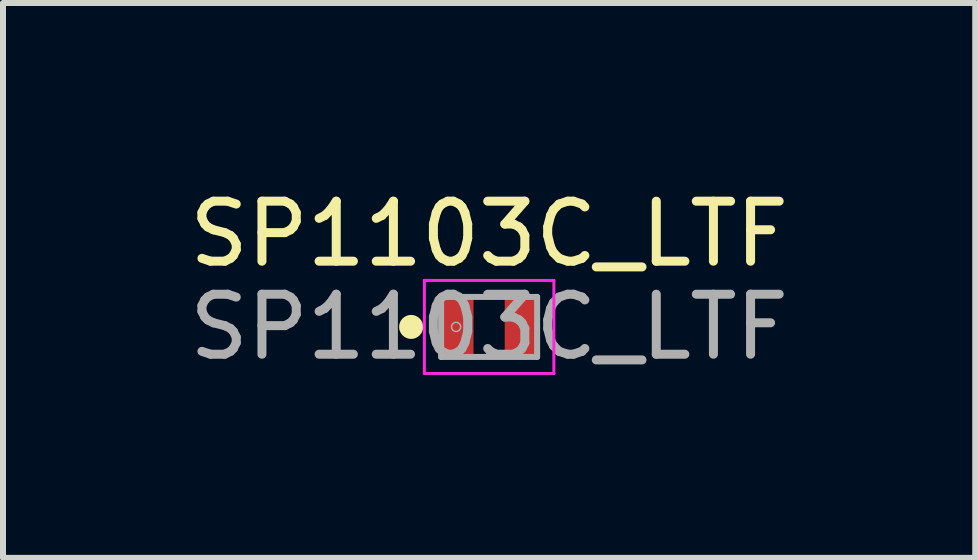
<source format=kicad_pcb>
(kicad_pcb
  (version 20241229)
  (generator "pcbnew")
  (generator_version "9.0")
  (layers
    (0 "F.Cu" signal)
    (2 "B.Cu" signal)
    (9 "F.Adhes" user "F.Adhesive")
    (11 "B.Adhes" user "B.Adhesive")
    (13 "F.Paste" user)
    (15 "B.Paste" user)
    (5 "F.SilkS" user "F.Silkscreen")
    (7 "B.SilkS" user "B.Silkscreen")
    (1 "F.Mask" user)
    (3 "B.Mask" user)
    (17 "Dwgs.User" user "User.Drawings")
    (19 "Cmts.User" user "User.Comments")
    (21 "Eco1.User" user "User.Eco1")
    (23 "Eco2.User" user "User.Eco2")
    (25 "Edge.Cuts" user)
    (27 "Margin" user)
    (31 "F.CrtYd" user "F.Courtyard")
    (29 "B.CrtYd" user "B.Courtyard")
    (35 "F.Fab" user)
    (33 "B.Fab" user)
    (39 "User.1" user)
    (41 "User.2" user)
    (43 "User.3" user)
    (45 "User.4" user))
  (footprint "SP1103C_LTF"
    (layer "F.Cu")
    (at 5.101 2.398)
    (property "Reference" "SP1103C_LTF" (at 0 -1.55 0) (unlocked yes) (layer "F.SilkS") (effects (font (size 1 1) (thickness 0.15))))
    (attr smd)
    (fp_circle (center -1.3 0) (end -1.3 -0.1) (stroke (width 0.2) (type solid)) (fill no) (layer "F.SilkS"))
    (fp_line (start -1.079 -0.775) (end 1.079 -0.775) (stroke (width 0.05) (type solid)) (layer "F.CrtYd"))
    (fp_line (start -1.079 0.775) (end -1.079 -0.775) (stroke (width 0.05) (type solid)) (layer "F.CrtYd"))
    (fp_line (start 1.079 -0.775) (end 1.079 0.775) (stroke (width 0.05) (type solid)) (layer "F.CrtYd"))
    (fp_line (start 1.079 0.775) (end -1.079 0.775) (stroke (width 0.05) (type solid)) (layer "F.CrtYd"))
    (fp_line (start -0.8 -0.5) (end -0.8 0.5) (stroke (width 0.1) (type solid)) (layer "F.Fab"))
    (fp_line (start -0.8 0.5) (end 0.8 0.5) (stroke (width 0.1) (type solid)) (layer "F.Fab"))
    (fp_line (start 0.8 -0.5) (end -0.8 -0.5) (stroke (width 0.1) (type solid)) (layer "F.Fab"))
    (fp_line (start 0.8 0.5) (end 0.8 -0.5) (stroke (width 0.1) (type solid)) (layer "F.Fab"))
    (fp_circle (center -0.55 0) (end -0.474 0) (stroke (width 0.025) (type solid)) (fill no) (layer "F.Fab"))
    (fp_text user "${REFERENCE}" (at 0 0 0) (unlocked yes) (layer "F.Fab") (effects (font (size 1 1) (thickness 0.15))))
    (pad "1" smd rect (at -0.55 0) (size 0.58 1) (layers "F.Cu" "F.Mask" "F.Paste"))
    (pad "2" smd rect (at 0.55 0) (size 0.58 1) (layers "F.Cu" "F.Mask" "F.Paste")))
  (gr_rect
    (start -3 -3)
    (end 13.202 6.247)
    (stroke (width 0.1) (type default))
    (fill no)
    (layer "Edge.Cuts")))
</source>
